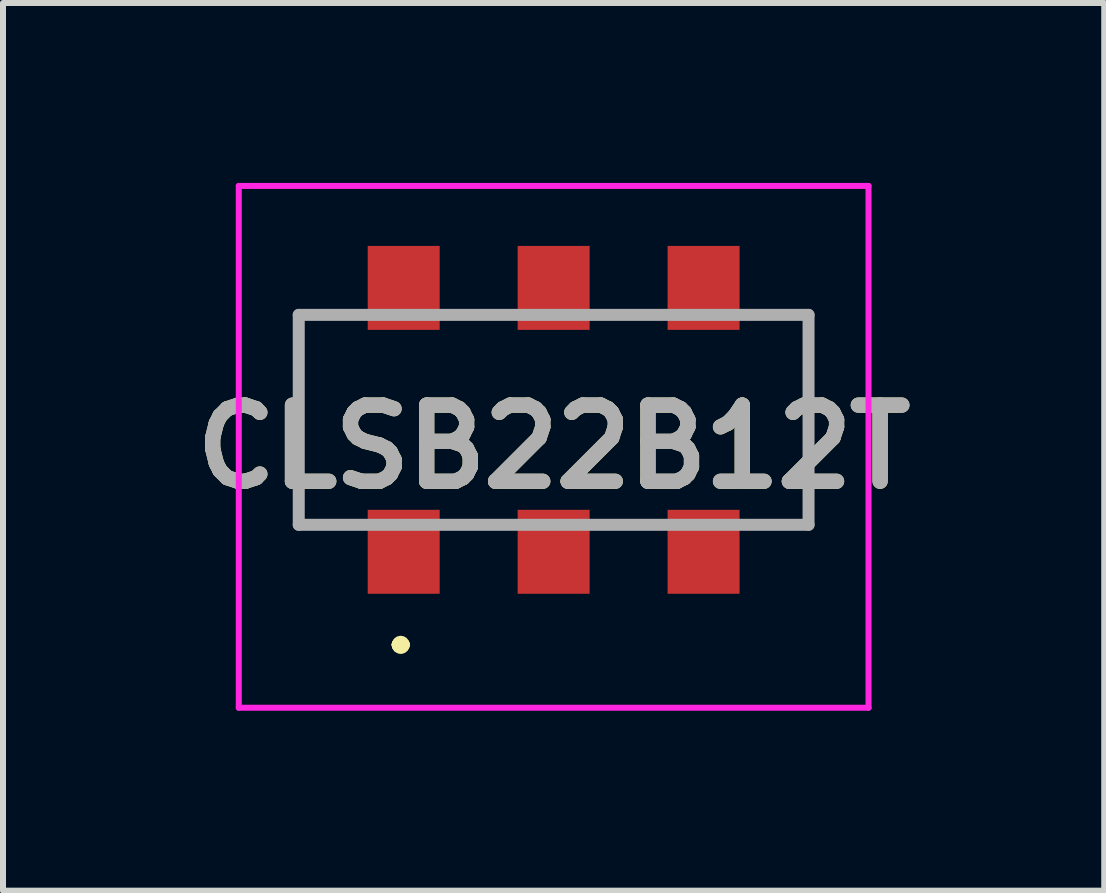
<source format=kicad_pcb>
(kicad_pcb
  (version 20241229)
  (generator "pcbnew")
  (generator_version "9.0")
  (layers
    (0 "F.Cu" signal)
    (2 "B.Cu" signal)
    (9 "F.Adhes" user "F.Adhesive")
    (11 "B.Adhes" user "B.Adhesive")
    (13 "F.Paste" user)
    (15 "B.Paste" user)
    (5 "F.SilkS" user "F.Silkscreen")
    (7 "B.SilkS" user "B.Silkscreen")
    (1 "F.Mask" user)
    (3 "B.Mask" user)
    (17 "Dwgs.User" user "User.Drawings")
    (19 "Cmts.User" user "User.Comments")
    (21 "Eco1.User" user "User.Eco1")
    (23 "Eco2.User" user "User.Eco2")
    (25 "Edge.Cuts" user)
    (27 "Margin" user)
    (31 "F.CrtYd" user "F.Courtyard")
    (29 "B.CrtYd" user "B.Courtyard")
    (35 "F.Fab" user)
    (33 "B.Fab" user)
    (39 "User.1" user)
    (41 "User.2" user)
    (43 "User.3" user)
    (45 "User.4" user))
  (footprint "CLSB22B12T"
    (layer "F.Cu")
    (at 6.181 3.95)
    (property "Reference" "CLSB22B12T" (at 0 0.45 0) (layer "F.SilkS") (effects (font (size 1.27 1.27) (thickness 0.254))))
    (attr smd)
    (fp_line (start -4.25 -1.75) (end -4.25 -1.75) (stroke (width 0.1) (type solid)) (layer "F.SilkS"))
    (fp_line (start -4.25 -1.75) (end -4.25 1.75) (stroke (width 0.1) (type solid)) (layer "F.SilkS"))
    (fp_line (start -4.25 1.75) (end -4.25 -1.75) (stroke (width 0.1) (type solid)) (layer "F.SilkS"))
    (fp_line (start -4.25 1.75) (end -4.25 1.75) (stroke (width 0.1) (type solid)) (layer "F.SilkS"))
    (fp_line (start -2.6 3.75) (end -2.6 3.75) (stroke (width 0.2) (type solid)) (layer "F.SilkS"))
    (fp_line (start -2.6 3.75) (end -2.6 3.75) (stroke (width 0.2) (type solid)) (layer "F.SilkS"))
    (fp_line (start -2.5 3.75) (end -2.5 3.75) (stroke (width 0.2) (type solid)) (layer "F.SilkS"))
    (fp_line (start 4.25 -1.75) (end 4.25 -1.75) (stroke (width 0.1) (type solid)) (layer "F.SilkS"))
    (fp_line (start 4.25 -1.75) (end 4.25 1.75) (stroke (width 0.1) (type solid)) (layer "F.SilkS"))
    (fp_line (start 4.25 1.75) (end 4.25 -1.75) (stroke (width 0.1) (type solid)) (layer "F.SilkS"))
    (fp_line (start 4.25 1.75) (end 4.25 1.75) (stroke (width 0.1) (type solid)) (layer "F.SilkS"))
    (fp_arc (start -2.6 3.75) (mid -2.55 3.7) (end -2.5 3.75) (stroke (width 0.2) (type solid)) (layer "F.SilkS"))
    (fp_arc (start -2.5 3.75) (mid -2.55 3.8) (end -2.6 3.75) (stroke (width 0.2) (type solid)) (layer "F.SilkS"))
    (fp_arc (start -2.5 3.75) (mid -2.55 3.8) (end -2.6 3.75) (stroke (width 0.2) (type solid)) (layer "F.SilkS"))
    (fp_line (start -5.25 -3.9) (end 5.25 -3.9) (stroke (width 0.1) (type solid)) (layer "F.CrtYd"))
    (fp_line (start -5.25 4.8) (end -5.25 -3.9) (stroke (width 0.1) (type solid)) (layer "F.CrtYd"))
    (fp_line (start 5.25 -3.9) (end 5.25 4.8) (stroke (width 0.1) (type solid)) (layer "F.CrtYd"))
    (fp_line (start 5.25 4.8) (end -5.25 4.8) (stroke (width 0.1) (type solid)) (layer "F.CrtYd"))
    (fp_line (start -4.25 -1.75) (end -4.25 1.75) (stroke (width 0.2) (type solid)) (layer "F.Fab"))
    (fp_line (start -4.25 1.75) (end 4.25 1.75) (stroke (width 0.2) (type solid)) (layer "F.Fab"))
    (fp_line (start 4.25 -1.75) (end -4.25 -1.75) (stroke (width 0.2) (type solid)) (layer "F.Fab"))
    (fp_line (start 4.25 1.75) (end 4.25 -1.75) (stroke (width 0.2) (type solid)) (layer "F.Fab"))
    (fp_text user "${REFERENCE}" (at 0 0.45 0) (layer "F.Fab") (effects (font (size 1.27 1.27) (thickness 0.254))))
    (pad "1" smd rect (at -2.5 2.2) (size 1.2 1.4) (layers "F.Cu" "F.Mask" "F.Paste"))
    (pad "2" smd rect (at 0 2.2) (size 1.2 1.4) (layers "F.Cu" "F.Mask" "F.Paste"))
    (pad "3" smd rect (at 2.5 2.2) (size 1.2 1.4) (layers "F.Cu" "F.Mask" "F.Paste"))
    (pad "4" smd rect (at -2.5 -2.2) (size 1.2 1.4) (layers "F.Cu" "F.Mask" "F.Paste"))
    (pad "5" smd rect (at 0 -2.2) (size 1.2 1.4) (layers "F.Cu" "F.Mask" "F.Paste"))
    (pad "6" smd rect (at 2.5 -2.2) (size 1.2 1.4) (layers "F.Cu" "F.Mask" "F.Paste")))
  (gr_rect
    (start -3 -3)
    (end 15.361 11.8)
    (stroke (width 0.1) (type default))
    (fill no)
    (layer "Edge.Cuts")))
</source>
